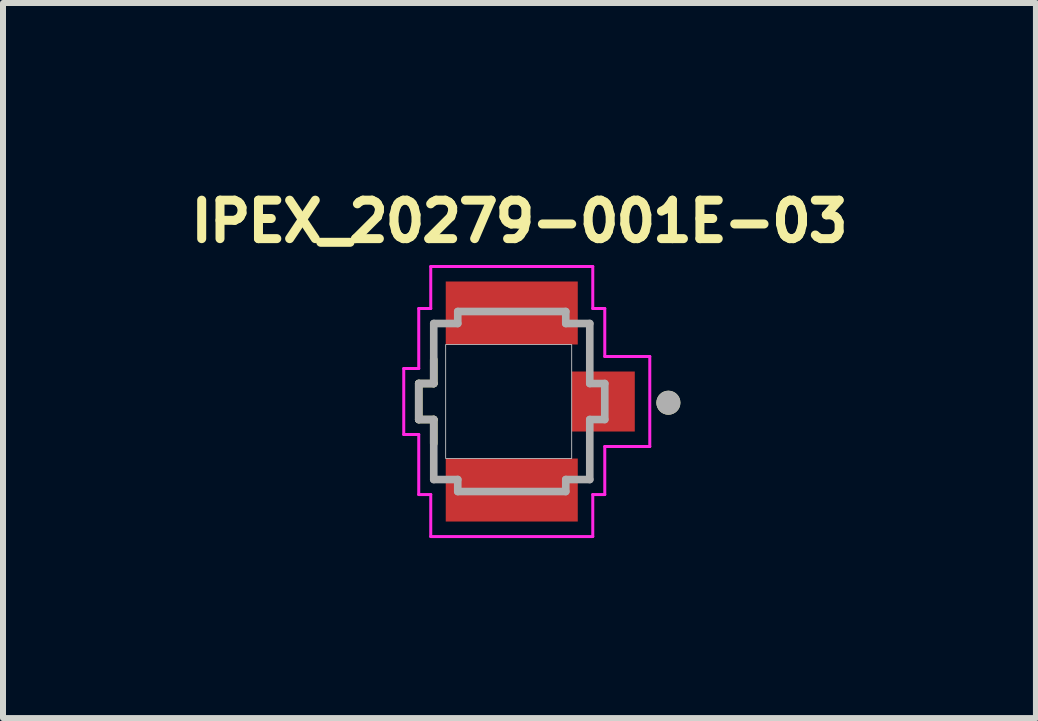
<source format=kicad_pcb>
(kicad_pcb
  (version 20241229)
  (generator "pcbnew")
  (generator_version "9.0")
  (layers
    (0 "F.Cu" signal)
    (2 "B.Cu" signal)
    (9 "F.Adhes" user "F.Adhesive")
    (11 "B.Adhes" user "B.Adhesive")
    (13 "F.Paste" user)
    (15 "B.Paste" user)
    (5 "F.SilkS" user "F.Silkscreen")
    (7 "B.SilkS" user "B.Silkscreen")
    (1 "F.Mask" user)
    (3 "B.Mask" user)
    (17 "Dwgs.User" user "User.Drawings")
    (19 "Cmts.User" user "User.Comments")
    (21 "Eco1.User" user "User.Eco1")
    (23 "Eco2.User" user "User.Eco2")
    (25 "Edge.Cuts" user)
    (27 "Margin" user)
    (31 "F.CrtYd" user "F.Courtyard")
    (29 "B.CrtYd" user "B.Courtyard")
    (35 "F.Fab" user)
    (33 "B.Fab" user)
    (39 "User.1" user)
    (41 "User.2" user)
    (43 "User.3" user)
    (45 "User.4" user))
  (footprint "IPEX_20279-001E-03"
    (layer "F.Cu")
    (at 5.478 3.641)
    (property "Reference" "IPEX_20279-001E-03" (at 0.129 -3.003 0) (layer "F.SilkS") (effects (font (size 0.641 0.641) (thickness 0.15))))
    (attr through_hole)
    (fp_line (start -1.55 -0.3) (end -1.55 0.3) (stroke (width 0.127) (type solid)) (layer "F.SilkS"))
    (fp_line (start -1.55 0.3) (end -1.3 0.3) (stroke (width 0.127) (type solid)) (layer "F.SilkS"))
    (fp_line (start -1.3 -0.7) (end -1.3 -0.3) (stroke (width 0.127) (type solid)) (layer "F.SilkS"))
    (fp_line (start -1.3 -0.3) (end -1.55 -0.3) (stroke (width 0.127) (type solid)) (layer "F.SilkS"))
    (fp_line (start -1.3 0.3) (end -1.3 0.7) (stroke (width 0.127) (type solid)) (layer "F.SilkS"))
    (fp_circle (center 2.61 0.02) (end 2.71 0.02) (stroke (width 0.2) (type solid)) (fill no) (layer "F.SilkS"))
    (fp_poly (pts (xy -1.1 -0.95) (xy 1 -0.95) (xy 1 0.95) (xy -1.1 0.95)) (stroke (width 0.01) (type solid)) (fill no) (layer "Dwgs.User"))
    (fp_poly (pts (xy -1.1 -0.95) (xy 1 -0.95) (xy 1 0.95) (xy -1.1 0.95)) (stroke (width 0.01) (type solid)) (fill no) (layer "Dwgs.User"))
    (fp_line (start -1.8 -0.55) (end -1.8 0.55) (stroke (width 0.05) (type solid)) (layer "F.CrtYd"))
    (fp_line (start -1.8 0.55) (end -1.55 0.55) (stroke (width 0.05) (type solid)) (layer "F.CrtYd"))
    (fp_line (start -1.55 -1.55) (end -1.55 -0.55) (stroke (width 0.05) (type solid)) (layer "F.CrtYd"))
    (fp_line (start -1.55 -0.55) (end -1.8 -0.55) (stroke (width 0.05) (type solid)) (layer "F.CrtYd"))
    (fp_line (start -1.55 1.55) (end -1.55 0.55) (stroke (width 0.05) (type solid)) (layer "F.CrtYd"))
    (fp_line (start -1.35 -1.55) (end -1.55 -1.55) (stroke (width 0.05) (type solid)) (layer "F.CrtYd"))
    (fp_line (start -1.35 -1.55) (end -1.35 -2.25) (stroke (width 0.05) (type solid)) (layer "F.CrtYd"))
    (fp_line (start -1.35 1.55) (end -1.55 1.55) (stroke (width 0.05) (type solid)) (layer "F.CrtYd"))
    (fp_line (start -1.35 2.25) (end -1.35 1.55) (stroke (width 0.05) (type solid)) (layer "F.CrtYd"))
    (fp_line (start 1.35 -2.25) (end -1.35 -2.25) (stroke (width 0.05) (type solid)) (layer "F.CrtYd"))
    (fp_line (start 1.35 -2.25) (end 1.35 -1.55) (stroke (width 0.05) (type solid)) (layer "F.CrtYd"))
    (fp_line (start 1.35 -1.55) (end 1.55 -1.55) (stroke (width 0.05) (type solid)) (layer "F.CrtYd"))
    (fp_line (start 1.35 1.55) (end 1.35 2.25) (stroke (width 0.05) (type solid)) (layer "F.CrtYd"))
    (fp_line (start 1.35 1.55) (end 1.55 1.55) (stroke (width 0.05) (type solid)) (layer "F.CrtYd"))
    (fp_line (start 1.35 2.25) (end -1.35 2.25) (stroke (width 0.05) (type solid)) (layer "F.CrtYd"))
    (fp_line (start 1.55 -1.55) (end 1.55 -0.75) (stroke (width 0.05) (type solid)) (layer "F.CrtYd"))
    (fp_line (start 1.55 0.75) (end 2.3 0.75) (stroke (width 0.05) (type solid)) (layer "F.CrtYd"))
    (fp_line (start 1.55 1.55) (end 1.55 0.75) (stroke (width 0.05) (type solid)) (layer "F.CrtYd"))
    (fp_line (start 2.3 -0.75) (end 1.55 -0.75) (stroke (width 0.05) (type solid)) (layer "F.CrtYd"))
    (fp_line (start 2.3 0.75) (end 2.3 -0.75) (stroke (width 0.05) (type solid)) (layer "F.CrtYd"))
    (fp_line (start -1.55 -0.3) (end -1.55 0.3) (stroke (width 0.127) (type solid)) (layer "F.Fab"))
    (fp_line (start -1.55 0.3) (end -1.3 0.3) (stroke (width 0.127) (type solid)) (layer "F.Fab"))
    (fp_line (start -1.3 -1.3) (end -1.3 -0.3) (stroke (width 0.127) (type solid)) (layer "F.Fab"))
    (fp_line (start -1.3 -0.3) (end -1.55 -0.3) (stroke (width 0.127) (type solid)) (layer "F.Fab"))
    (fp_line (start -1.3 0.3) (end -1.3 1.3) (stroke (width 0.127) (type solid)) (layer "F.Fab"))
    (fp_line (start -1.3 1.3) (end -0.9 1.3) (stroke (width 0.127) (type solid)) (layer "F.Fab"))
    (fp_line (start -0.9 -1.5) (end -0.9 -1.3) (stroke (width 0.127) (type solid)) (layer "F.Fab"))
    (fp_line (start -0.9 -1.3) (end -1.3 -1.3) (stroke (width 0.127) (type solid)) (layer "F.Fab"))
    (fp_line (start -0.9 1.3) (end -0.9 1.5) (stroke (width 0.127) (type solid)) (layer "F.Fab"))
    (fp_line (start -0.9 1.5) (end 0.9 1.5) (stroke (width 0.127) (type solid)) (layer "F.Fab"))
    (fp_line (start 0.9 -1.5) (end -0.9 -1.5) (stroke (width 0.127) (type solid)) (layer "F.Fab"))
    (fp_line (start 0.9 -1.3) (end 0.9 -1.5) (stroke (width 0.127) (type solid)) (layer "F.Fab"))
    (fp_line (start 0.9 1.3) (end 1.3 1.3) (stroke (width 0.127) (type solid)) (layer "F.Fab"))
    (fp_line (start 0.9 1.5) (end 0.9 1.3) (stroke (width 0.127) (type solid)) (layer "F.Fab"))
    (fp_line (start 1.3 -1.3) (end 0.9 -1.3) (stroke (width 0.127) (type solid)) (layer "F.Fab"))
    (fp_line (start 1.3 -0.3) (end 1.3 -1.3) (stroke (width 0.127) (type solid)) (layer "F.Fab"))
    (fp_line (start 1.3 0.3) (end 1.55 0.3) (stroke (width 0.127) (type solid)) (layer "F.Fab"))
    (fp_line (start 1.3 1.3) (end 1.3 0.3) (stroke (width 0.127) (type solid)) (layer "F.Fab"))
    (fp_line (start 1.55 -0.3) (end 1.3 -0.3) (stroke (width 0.127) (type solid)) (layer "F.Fab"))
    (fp_line (start 1.55 0.3) (end 1.55 -0.3) (stroke (width 0.127) (type solid)) (layer "F.Fab"))
    (fp_circle (center 2.61 0.02) (end 2.71 0.02) (stroke (width 0.2) (type solid)) (fill no) (layer "F.Fab"))
    (pad "1" smd rect (at 1.525 0) (size 1.05 1) (layers "F.Cu" "F.Mask" "F.Paste"))
    (pad "2" smd rect (at 0 -1.475) (size 2.2 1.05) (layers "F.Cu" "F.Mask" "F.Paste"))
    (pad "3" smd rect (at 0 1.475) (size 2.2 1.05) (layers "F.Cu" "F.Mask" "F.Paste")))
  (gr_rect
    (start -3 -3)
    (end 14.213 8.916)
    (stroke (width 0.1) (type default))
    (fill no)
    (layer "Edge.Cuts")))
</source>
